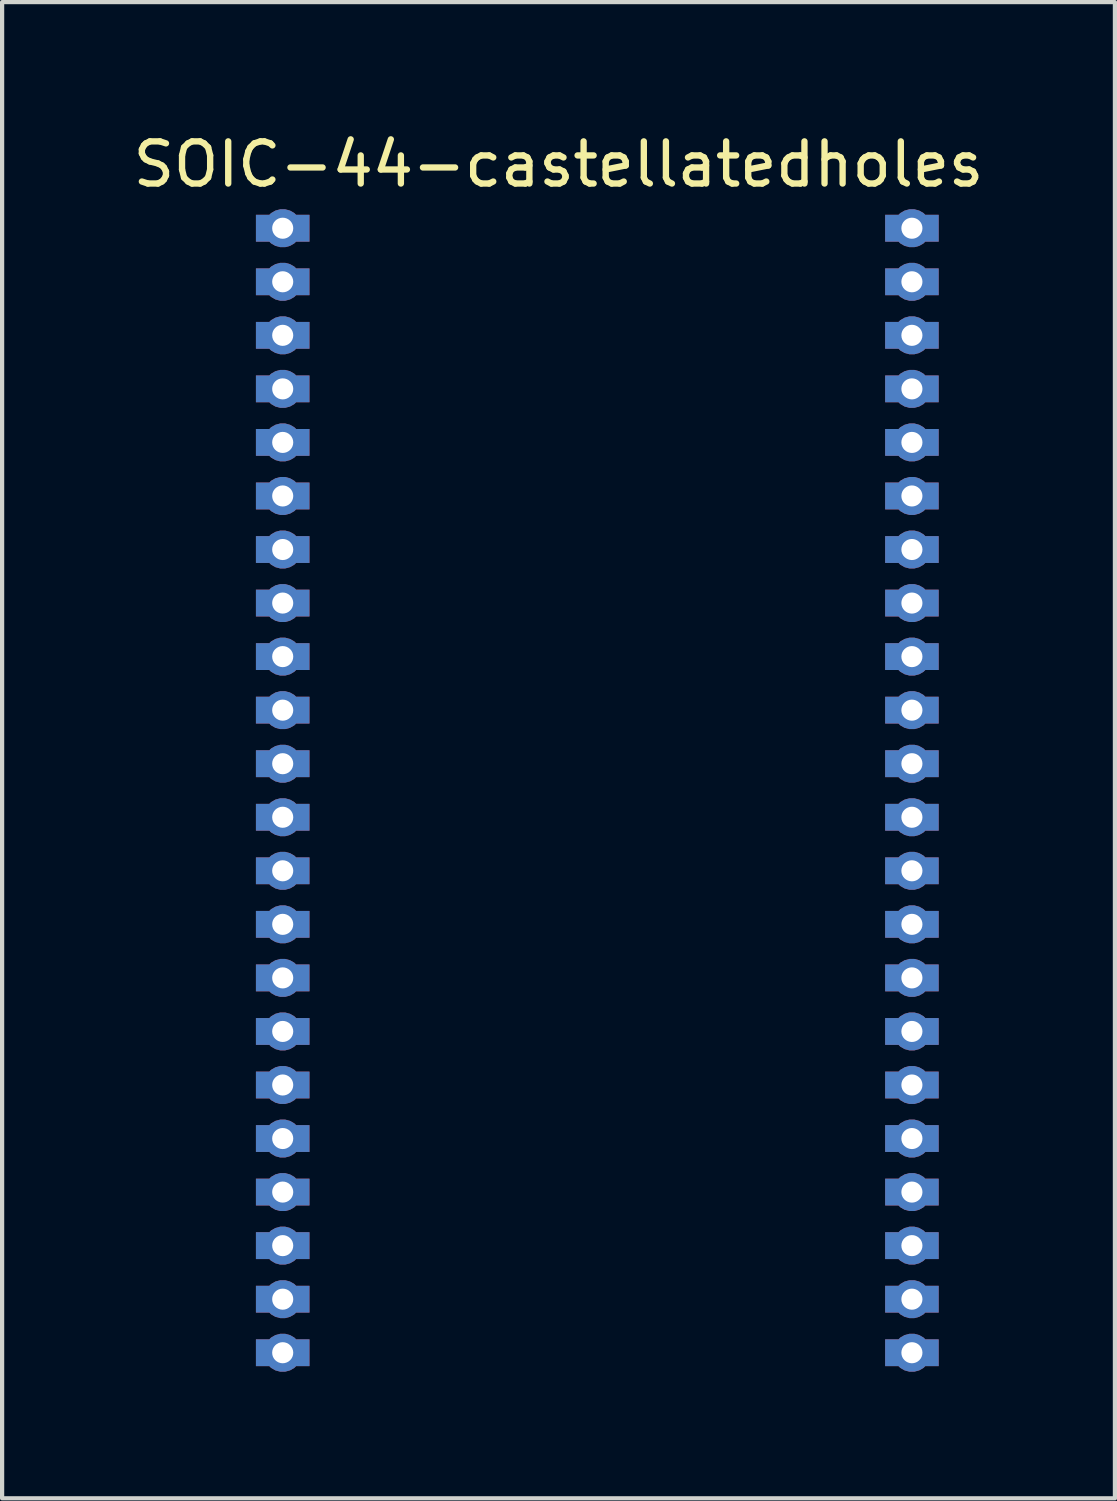
<source format=kicad_pcb>
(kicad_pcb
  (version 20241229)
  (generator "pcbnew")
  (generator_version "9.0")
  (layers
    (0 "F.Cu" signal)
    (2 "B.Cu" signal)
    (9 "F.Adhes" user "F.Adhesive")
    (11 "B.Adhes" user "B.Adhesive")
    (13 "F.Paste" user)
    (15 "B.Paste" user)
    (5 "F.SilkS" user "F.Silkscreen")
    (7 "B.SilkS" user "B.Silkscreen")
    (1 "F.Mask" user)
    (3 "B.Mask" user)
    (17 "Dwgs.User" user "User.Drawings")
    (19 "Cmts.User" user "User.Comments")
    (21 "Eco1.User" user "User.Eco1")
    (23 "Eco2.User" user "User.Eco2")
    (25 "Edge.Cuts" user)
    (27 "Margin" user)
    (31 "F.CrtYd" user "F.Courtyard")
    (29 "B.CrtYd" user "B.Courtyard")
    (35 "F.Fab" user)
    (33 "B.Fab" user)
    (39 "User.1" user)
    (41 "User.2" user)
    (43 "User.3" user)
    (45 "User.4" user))
  (footprint "SOIC-44-castellatedholes"
    (layer "F.Cu")
    (at 11.116 15.698)
    (property "Reference" "SOIC-44-castellatedholes" (at -0.92 -14.85 0) (layer "F.SilkS") (effects (font (size 1 1) (thickness 0.15))))
    (attr smd)
    (pad "1" thru_hole custom (at -7.461 -13.335 180) (size 0.906 0.906) (drill 0.5) (property pad_prop_castellated) (layers "*.Cu" "*.Mask") (options (anchor circle)) (primitives (gr_poly (pts (xy -0.635 -0.318) (xy -0.635 0.318) (xy 0.635 0.318) (xy 0.635 -0.318)) (width 0) (fill yes))))
    (pad "2" thru_hole custom (at -7.461 -12.065 180) (size 0.906 0.906) (drill 0.5) (property pad_prop_castellated) (layers "*.Cu" "*.Mask") (options (anchor circle)) (primitives (gr_poly (pts (xy -0.635 -0.318) (xy -0.635 0.318) (xy 0.635 0.318) (xy 0.635 -0.318)) (width 0) (fill yes))))
    (pad "3" thru_hole custom (at -7.461 -10.795 180) (size 0.906 0.906) (drill 0.5) (property pad_prop_castellated) (layers "*.Cu" "*.Mask") (options (anchor circle)) (primitives (gr_poly (pts (xy -0.635 -0.318) (xy -0.635 0.318) (xy 0.635 0.318) (xy 0.635 -0.318)) (width 0) (fill yes))))
    (pad "4" thru_hole custom (at -7.461 -9.525 180) (size 0.906 0.906) (drill 0.5) (property pad_prop_castellated) (layers "*.Cu" "*.Mask") (options (anchor circle)) (primitives (gr_poly (pts (xy -0.635 -0.318) (xy -0.635 0.318) (xy 0.635 0.318) (xy 0.635 -0.318)) (width 0) (fill yes))))
    (pad "5" thru_hole custom (at -7.461 -8.255 180) (size 0.906 0.906) (drill 0.5) (property pad_prop_castellated) (layers "*.Cu" "*.Mask") (options (anchor circle)) (primitives (gr_poly (pts (xy -0.635 -0.318) (xy -0.635 0.318) (xy 0.635 0.318) (xy 0.635 -0.318)) (width 0) (fill yes))))
    (pad "6" thru_hole custom (at -7.461 -6.985 180) (size 0.906 0.906) (drill 0.5) (property pad_prop_castellated) (layers "*.Cu" "*.Mask") (options (anchor circle)) (primitives (gr_poly (pts (xy -0.635 -0.318) (xy -0.635 0.318) (xy 0.635 0.318) (xy 0.635 -0.318)) (width 0) (fill yes))))
    (pad "7" thru_hole custom (at -7.461 -5.715 180) (size 0.906 0.906) (drill 0.5) (property pad_prop_castellated) (layers "*.Cu" "*.Mask") (options (anchor circle)) (primitives (gr_poly (pts (xy -0.635 -0.318) (xy -0.635 0.318) (xy 0.635 0.318) (xy 0.635 -0.318)) (width 0) (fill yes))))
    (pad "8" thru_hole custom (at -7.461 -4.445 180) (size 0.906 0.906) (drill 0.5) (property pad_prop_castellated) (layers "*.Cu" "*.Mask") (options (anchor circle)) (primitives (gr_poly (pts (xy -0.635 -0.318) (xy -0.635 0.318) (xy 0.635 0.318) (xy 0.635 -0.318)) (width 0) (fill yes))))
    (pad "9" thru_hole custom (at -7.461 -3.175 180) (size 0.906 0.906) (drill 0.5) (property pad_prop_castellated) (layers "*.Cu" "*.Mask") (options (anchor circle)) (primitives (gr_poly (pts (xy -0.635 -0.318) (xy -0.635 0.318) (xy 0.635 0.318) (xy 0.635 -0.318)) (width 0) (fill yes))))
    (pad "10" thru_hole custom (at -7.461 -1.905 180) (size 0.906 0.906) (drill 0.5) (property pad_prop_castellated) (layers "*.Cu" "*.Mask") (options (anchor circle)) (primitives (gr_poly (pts (xy -0.635 -0.318) (xy -0.635 0.318) (xy 0.635 0.318) (xy 0.635 -0.318)) (width 0) (fill yes))))
    (pad "11" thru_hole custom (at -7.461 -0.635 180) (size 0.906 0.906) (drill 0.5) (property pad_prop_castellated) (layers "*.Cu" "*.Mask") (options (anchor circle)) (primitives (gr_poly (pts (xy -0.635 -0.318) (xy -0.635 0.318) (xy 0.635 0.318) (xy 0.635 -0.318)) (width 0) (fill yes))))
    (pad "12" thru_hole custom (at -7.461 0.635 180) (size 0.906 0.906) (drill 0.5) (property pad_prop_castellated) (layers "*.Cu" "*.Mask") (options (anchor circle)) (primitives (gr_poly (pts (xy -0.635 -0.318) (xy -0.635 0.318) (xy 0.635 0.318) (xy 0.635 -0.318)) (width 0) (fill yes))))
    (pad "13" thru_hole custom (at -7.461 1.905 180) (size 0.906 0.906) (drill 0.5) (property pad_prop_castellated) (layers "*.Cu" "*.Mask") (options (anchor circle)) (primitives (gr_poly (pts (xy -0.635 -0.318) (xy -0.635 0.318) (xy 0.635 0.318) (xy 0.635 -0.318)) (width 0) (fill yes))))
    (pad "14" thru_hole custom (at -7.461 3.175 180) (size 0.906 0.906) (drill 0.5) (property pad_prop_castellated) (layers "*.Cu" "*.Mask") (options (anchor circle)) (primitives (gr_poly (pts (xy -0.635 -0.318) (xy -0.635 0.318) (xy 0.635 0.318) (xy 0.635 -0.318)) (width 0) (fill yes))))
    (pad "15" thru_hole custom (at -7.461 4.445 180) (size 0.906 0.906) (drill 0.5) (property pad_prop_castellated) (layers "*.Cu" "*.Mask") (options (anchor circle)) (primitives (gr_poly (pts (xy -0.635 -0.318) (xy -0.635 0.318) (xy 0.635 0.318) (xy 0.635 -0.318)) (width 0) (fill yes))))
    (pad "16" thru_hole custom (at -7.461 5.715 180) (size 0.906 0.906) (drill 0.5) (property pad_prop_castellated) (layers "*.Cu" "*.Mask") (options (anchor circle)) (primitives (gr_poly (pts (xy -0.635 -0.318) (xy -0.635 0.318) (xy 0.635 0.318) (xy 0.635 -0.318)) (width 0) (fill yes))))
    (pad "17" thru_hole custom (at -7.461 6.985 180) (size 0.906 0.906) (drill 0.5) (property pad_prop_castellated) (layers "*.Cu" "*.Mask") (options (anchor circle)) (primitives (gr_poly (pts (xy -0.635 -0.318) (xy -0.635 0.318) (xy 0.635 0.318) (xy 0.635 -0.318)) (width 0) (fill yes))))
    (pad "18" thru_hole custom (at -7.461 8.255 180) (size 0.906 0.906) (drill 0.5) (property pad_prop_castellated) (layers "*.Cu" "*.Mask") (options (anchor circle)) (primitives (gr_poly (pts (xy -0.635 -0.318) (xy -0.635 0.318) (xy 0.635 0.318) (xy 0.635 -0.318)) (width 0) (fill yes))))
    (pad "19" thru_hole custom (at -7.461 9.525 180) (size 0.906 0.906) (drill 0.5) (property pad_prop_castellated) (layers "*.Cu" "*.Mask") (options (anchor circle)) (primitives (gr_poly (pts (xy -0.635 -0.318) (xy -0.635 0.318) (xy 0.635 0.318) (xy 0.635 -0.318)) (width 0) (fill yes))))
    (pad "20" thru_hole custom (at -7.461 10.795 180) (size 0.906 0.906) (drill 0.5) (property pad_prop_castellated) (layers "*.Cu" "*.Mask") (options (anchor circle)) (primitives (gr_poly (pts (xy -0.635 -0.318) (xy -0.635 0.318) (xy 0.635 0.318) (xy 0.635 -0.318)) (width 0) (fill yes))))
    (pad "21" thru_hole custom (at -7.461 12.065 180) (size 0.906 0.906) (drill 0.5) (property pad_prop_castellated) (layers "*.Cu" "*.Mask") (options (anchor circle)) (primitives (gr_poly (pts (xy -0.635 -0.318) (xy -0.635 0.318) (xy 0.635 0.318) (xy 0.635 -0.318)) (width 0) (fill yes))))
    (pad "22" thru_hole custom (at -7.461 13.335 180) (size 0.906 0.906) (drill 0.5) (property pad_prop_castellated) (layers "*.Cu" "*.Mask") (options (anchor circle)) (primitives (gr_poly (pts (xy -0.635 -0.318) (xy -0.635 0.318) (xy 0.635 0.318) (xy 0.635 -0.318)) (width 0) (fill yes))))
    (pad "23" thru_hole custom (at 7.462 13.335 180) (size 0.906 0.906) (drill 0.5) (property pad_prop_castellated) (layers "*.Cu" "*.Mask") (options (anchor circle)) (primitives (gr_poly (pts (xy -0.635 -0.318) (xy -0.635 0.318) (xy 0.635 0.318) (xy 0.635 -0.318)) (width 0) (fill yes))))
    (pad "24" thru_hole custom (at 7.462 12.065 180) (size 0.906 0.906) (drill 0.5) (property pad_prop_castellated) (layers "*.Cu" "*.Mask") (options (anchor circle)) (primitives (gr_poly (pts (xy -0.635 -0.318) (xy -0.635 0.318) (xy 0.635 0.318) (xy 0.635 -0.318)) (width 0) (fill yes))))
    (pad "25" thru_hole custom (at 7.462 10.795 180) (size 0.906 0.906) (drill 0.5) (property pad_prop_castellated) (layers "*.Cu" "*.Mask") (options (anchor circle)) (primitives (gr_poly (pts (xy -0.635 -0.318) (xy -0.635 0.318) (xy 0.635 0.318) (xy 0.635 -0.318)) (width 0) (fill yes))))
    (pad "26" thru_hole custom (at 7.462 9.525 180) (size 0.906 0.906) (drill 0.5) (property pad_prop_castellated) (layers "*.Cu" "*.Mask") (options (anchor circle)) (primitives (gr_poly (pts (xy -0.635 -0.318) (xy -0.635 0.318) (xy 0.635 0.318) (xy 0.635 -0.318)) (width 0) (fill yes))))
    (pad "27" thru_hole custom (at 7.462 8.255 180) (size 0.906 0.906) (drill 0.5) (property pad_prop_castellated) (layers "*.Cu" "*.Mask") (options (anchor circle)) (primitives (gr_poly (pts (xy -0.635 -0.318) (xy -0.635 0.318) (xy 0.635 0.318) (xy 0.635 -0.318)) (width 0) (fill yes))))
    (pad "28" thru_hole custom (at 7.462 6.985 180) (size 0.906 0.906) (drill 0.5) (property pad_prop_castellated) (layers "*.Cu" "*.Mask") (options (anchor circle)) (primitives (gr_poly (pts (xy -0.635 -0.318) (xy -0.635 0.318) (xy 0.635 0.318) (xy 0.635 -0.318)) (width 0) (fill yes))))
    (pad "29" thru_hole custom (at 7.462 5.715 180) (size 0.906 0.906) (drill 0.5) (property pad_prop_castellated) (layers "*.Cu" "*.Mask") (options (anchor circle)) (primitives (gr_poly (pts (xy -0.635 -0.318) (xy -0.635 0.318) (xy 0.635 0.318) (xy 0.635 -0.318)) (width 0) (fill yes))))
    (pad "30" thru_hole custom (at 7.462 4.445 180) (size 0.906 0.906) (drill 0.5) (property pad_prop_castellated) (layers "*.Cu" "*.Mask") (options (anchor circle)) (primitives (gr_poly (pts (xy -0.635 -0.318) (xy -0.635 0.318) (xy 0.635 0.318) (xy 0.635 -0.318)) (width 0) (fill yes))))
    (pad "31" thru_hole custom (at 7.462 3.175 180) (size 0.906 0.906) (drill 0.5) (property pad_prop_castellated) (layers "*.Cu" "*.Mask") (options (anchor circle)) (primitives (gr_poly (pts (xy -0.635 -0.318) (xy -0.635 0.318) (xy 0.635 0.318) (xy 0.635 -0.318)) (width 0) (fill yes))))
    (pad "32" thru_hole custom (at 7.462 1.905 180) (size 0.906 0.906) (drill 0.5) (property pad_prop_castellated) (layers "*.Cu" "*.Mask") (options (anchor circle)) (primitives (gr_poly (pts (xy -0.635 -0.318) (xy -0.635 0.318) (xy 0.635 0.318) (xy 0.635 -0.318)) (width 0) (fill yes))))
    (pad "33" thru_hole custom (at 7.462 0.635 180) (size 0.906 0.906) (drill 0.5) (property pad_prop_castellated) (layers "*.Cu" "*.Mask") (options (anchor circle)) (primitives (gr_poly (pts (xy -0.635 -0.318) (xy -0.635 0.318) (xy 0.635 0.318) (xy 0.635 -0.318)) (width 0) (fill yes))))
    (pad "34" thru_hole custom (at 7.462 -0.635 180) (size 0.906 0.906) (drill 0.5) (property pad_prop_castellated) (layers "*.Cu" "*.Mask") (options (anchor circle)) (primitives (gr_poly (pts (xy -0.635 -0.318) (xy -0.635 0.318) (xy 0.635 0.318) (xy 0.635 -0.318)) (width 0) (fill yes))))
    (pad "35" thru_hole custom (at 7.462 -1.905 180) (size 0.906 0.906) (drill 0.5) (property pad_prop_castellated) (layers "*.Cu" "*.Mask") (options (anchor circle)) (primitives (gr_poly (pts (xy -0.635 -0.318) (xy -0.635 0.318) (xy 0.635 0.318) (xy 0.635 -0.318)) (width 0) (fill yes))))
    (pad "36" thru_hole custom (at 7.462 -3.175 180) (size 0.906 0.906) (drill 0.5) (property pad_prop_castellated) (layers "*.Cu" "*.Mask") (options (anchor circle)) (primitives (gr_poly (pts (xy -0.635 -0.318) (xy -0.635 0.318) (xy 0.635 0.318) (xy 0.635 -0.318)) (width 0) (fill yes))))
    (pad "37" thru_hole custom (at 7.462 -4.445 180) (size 0.906 0.906) (drill 0.5) (property pad_prop_castellated) (layers "*.Cu" "*.Mask") (options (anchor circle)) (primitives (gr_poly (pts (xy -0.635 -0.318) (xy -0.635 0.318) (xy 0.635 0.318) (xy 0.635 -0.318)) (width 0) (fill yes))))
    (pad "38" thru_hole custom (at 7.462 -5.715 180) (size 0.906 0.906) (drill 0.5) (property pad_prop_castellated) (layers "*.Cu" "*.Mask") (options (anchor circle)) (primitives (gr_poly (pts (xy -0.635 -0.318) (xy -0.635 0.318) (xy 0.635 0.318) (xy 0.635 -0.318)) (width 0) (fill yes))))
    (pad "39" thru_hole custom (at 7.462 -6.985 180) (size 0.906 0.906) (drill 0.5) (property pad_prop_castellated) (layers "*.Cu" "*.Mask") (options (anchor circle)) (primitives (gr_poly (pts (xy -0.635 -0.318) (xy -0.635 0.318) (xy 0.635 0.318) (xy 0.635 -0.318)) (width 0) (fill yes))))
    (pad "40" thru_hole custom (at 7.462 -8.255 180) (size 0.906 0.906) (drill 0.5) (property pad_prop_castellated) (layers "*.Cu" "*.Mask") (options (anchor circle)) (primitives (gr_poly (pts (xy -0.635 -0.318) (xy -0.635 0.318) (xy 0.635 0.318) (xy 0.635 -0.318)) (width 0) (fill yes))))
    (pad "41" thru_hole custom (at 7.462 -9.525 180) (size 0.906 0.906) (drill 0.5) (property pad_prop_castellated) (layers "*.Cu" "*.Mask") (options (anchor circle)) (primitives (gr_poly (pts (xy -0.635 -0.318) (xy -0.635 0.318) (xy 0.635 0.318) (xy 0.635 -0.318)) (width 0) (fill yes))))
    (pad "42" thru_hole custom (at 7.462 -10.795 180) (size 0.906 0.906) (drill 0.5) (property pad_prop_castellated) (layers "*.Cu" "*.Mask") (options (anchor circle)) (primitives (gr_poly (pts (xy -0.635 -0.318) (xy -0.635 0.318) (xy 0.635 0.318) (xy 0.635 -0.318)) (width 0) (fill yes))))
    (pad "43" thru_hole custom (at 7.462 -12.065 180) (size 0.906 0.906) (drill 0.5) (property pad_prop_castellated) (layers "*.Cu" "*.Mask") (options (anchor circle)) (primitives (gr_poly (pts (xy -0.635 -0.318) (xy -0.635 0.318) (xy 0.635 0.318) (xy 0.635 -0.318)) (width 0) (fill yes))))
    (pad "44" thru_hole custom (at 7.462 -13.335 180) (size 0.906 0.906) (drill 0.5) (property pad_prop_castellated) (layers "*.Cu" "*.Mask") (options (anchor circle)) (primitives (gr_poly (pts (xy -0.635 -0.318) (xy -0.635 0.318) (xy 0.635 0.318) (xy 0.635 -0.318)) (width 0) (fill yes)))))
  (gr_rect
    (start -3 -3)
    (end 23.393 32.486)
    (stroke (width 0.1) (type default))
    (fill no)
    (layer "Edge.Cuts")))
</source>
